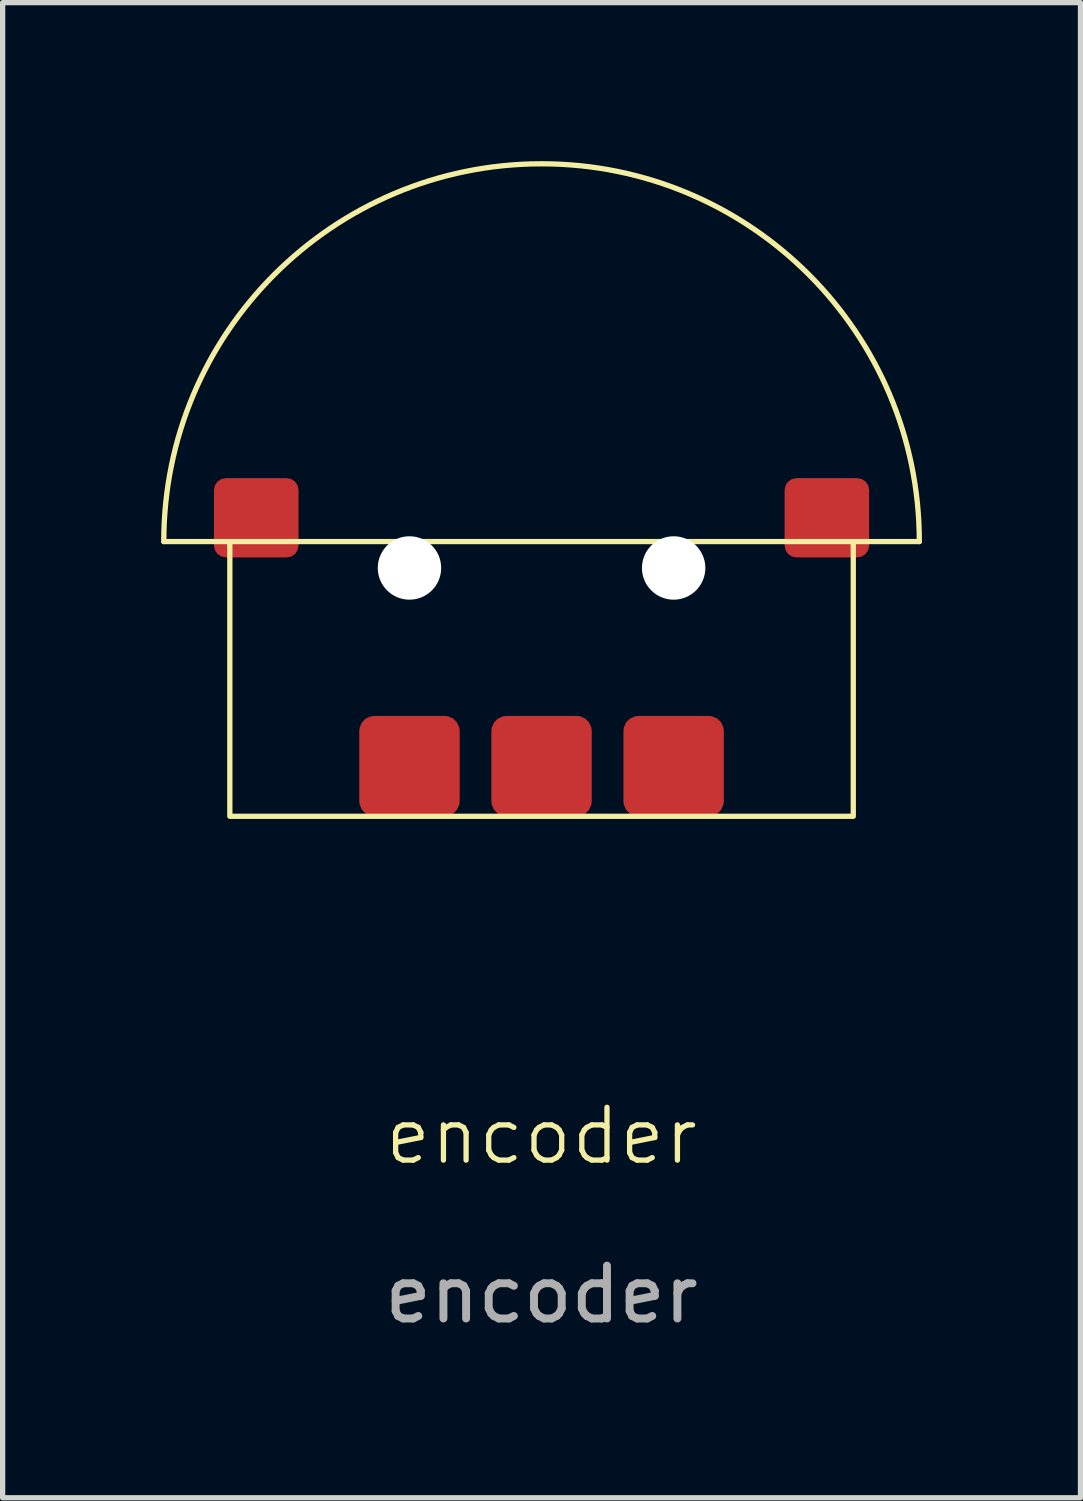
<source format=kicad_pcb>
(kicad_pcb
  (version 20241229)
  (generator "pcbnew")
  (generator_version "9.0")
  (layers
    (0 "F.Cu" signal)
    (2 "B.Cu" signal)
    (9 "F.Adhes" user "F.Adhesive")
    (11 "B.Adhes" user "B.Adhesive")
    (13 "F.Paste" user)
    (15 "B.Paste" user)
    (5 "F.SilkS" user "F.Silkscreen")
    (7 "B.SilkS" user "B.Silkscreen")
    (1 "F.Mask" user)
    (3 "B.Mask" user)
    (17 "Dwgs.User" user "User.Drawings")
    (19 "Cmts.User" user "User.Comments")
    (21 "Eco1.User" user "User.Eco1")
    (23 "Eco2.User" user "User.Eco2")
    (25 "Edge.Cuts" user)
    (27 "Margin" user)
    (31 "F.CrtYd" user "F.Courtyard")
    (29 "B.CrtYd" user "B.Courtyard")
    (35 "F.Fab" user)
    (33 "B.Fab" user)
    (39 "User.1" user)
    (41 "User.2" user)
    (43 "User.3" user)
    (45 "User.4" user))
  (footprint "encoder"
    (layer "F.Cu")
    (at 7.2 11.45)
    (property "Reference" "encoder" (at 0 7 0) (unlocked yes) (layer "F.SilkS") (effects (font (size 1 1) (thickness 0.1))))
    (attr smd)
    (fp_line (start -5.9 -4.25) (end -7.15 -4.25) (stroke (width 0.1) (type default)) (layer "F.SilkS"))
    (fp_line (start 5.9 -4.25) (end 7.15 -4.25) (stroke (width 0.1) (type default)) (layer "F.SilkS"))
    (fp_rect (start -5.9 -4.25) (end 5.9 0.95) (stroke (width 0.1) (type solid)) (fill no) (layer "F.SilkS"))
    (fp_arc (start -7.15 -4.25) (mid 0 -11.4) (end 7.15 -4.25) (stroke (width 0.1) (type solid)) (layer "F.SilkS"))
    (fp_text user "${REFERENCE}" (at 0 10 0) (unlocked yes) (layer "F.Fab") (effects (font (size 1 1) (thickness 0.15))))
    (pad "" np_thru_hole circle (at -2.5 -3.75) (size 1.2 1.2) (drill 1.2) (layers "*.Cu" "*.Mask"))
    (pad "" np_thru_hole circle (at 2.5 -3.75) (size 1.2 1.2) (drill 1.2) (layers "*.Cu" "*.Mask"))
    (pad "1" smd roundrect (at -2.5 0) (size 1.9 1.9) (layers "F.Cu" "F.Mask" "F.Paste") (roundrect_rratio 0.15))
    (pad "2" smd roundrect (at 0 0) (size 1.9 1.9) (layers "F.Cu" "F.Mask" "F.Paste") (roundrect_rratio 0.15))
    (pad "3" smd roundrect (at 2.5 0) (size 1.9 1.9) (layers "F.Cu" "F.Mask" "F.Paste") (roundrect_rratio 0.15))
    (pad "4" smd roundrect (at 5.4 -4.7) (size 1.6 1.5) (layers "F.Cu" "F.Mask" "F.Paste") (roundrect_rratio 0.15))
    (pad "5" smd roundrect (at -5.4 -4.7) (size 1.6 1.5) (layers "F.Cu" "F.Mask" "F.Paste") (roundrect_rratio 0.15)))
  (gr_rect
    (start -3 -3)
    (end 17.4 25.298)
    (stroke (width 0.1) (type default))
    (fill no)
    (layer "Edge.Cuts")))
</source>
